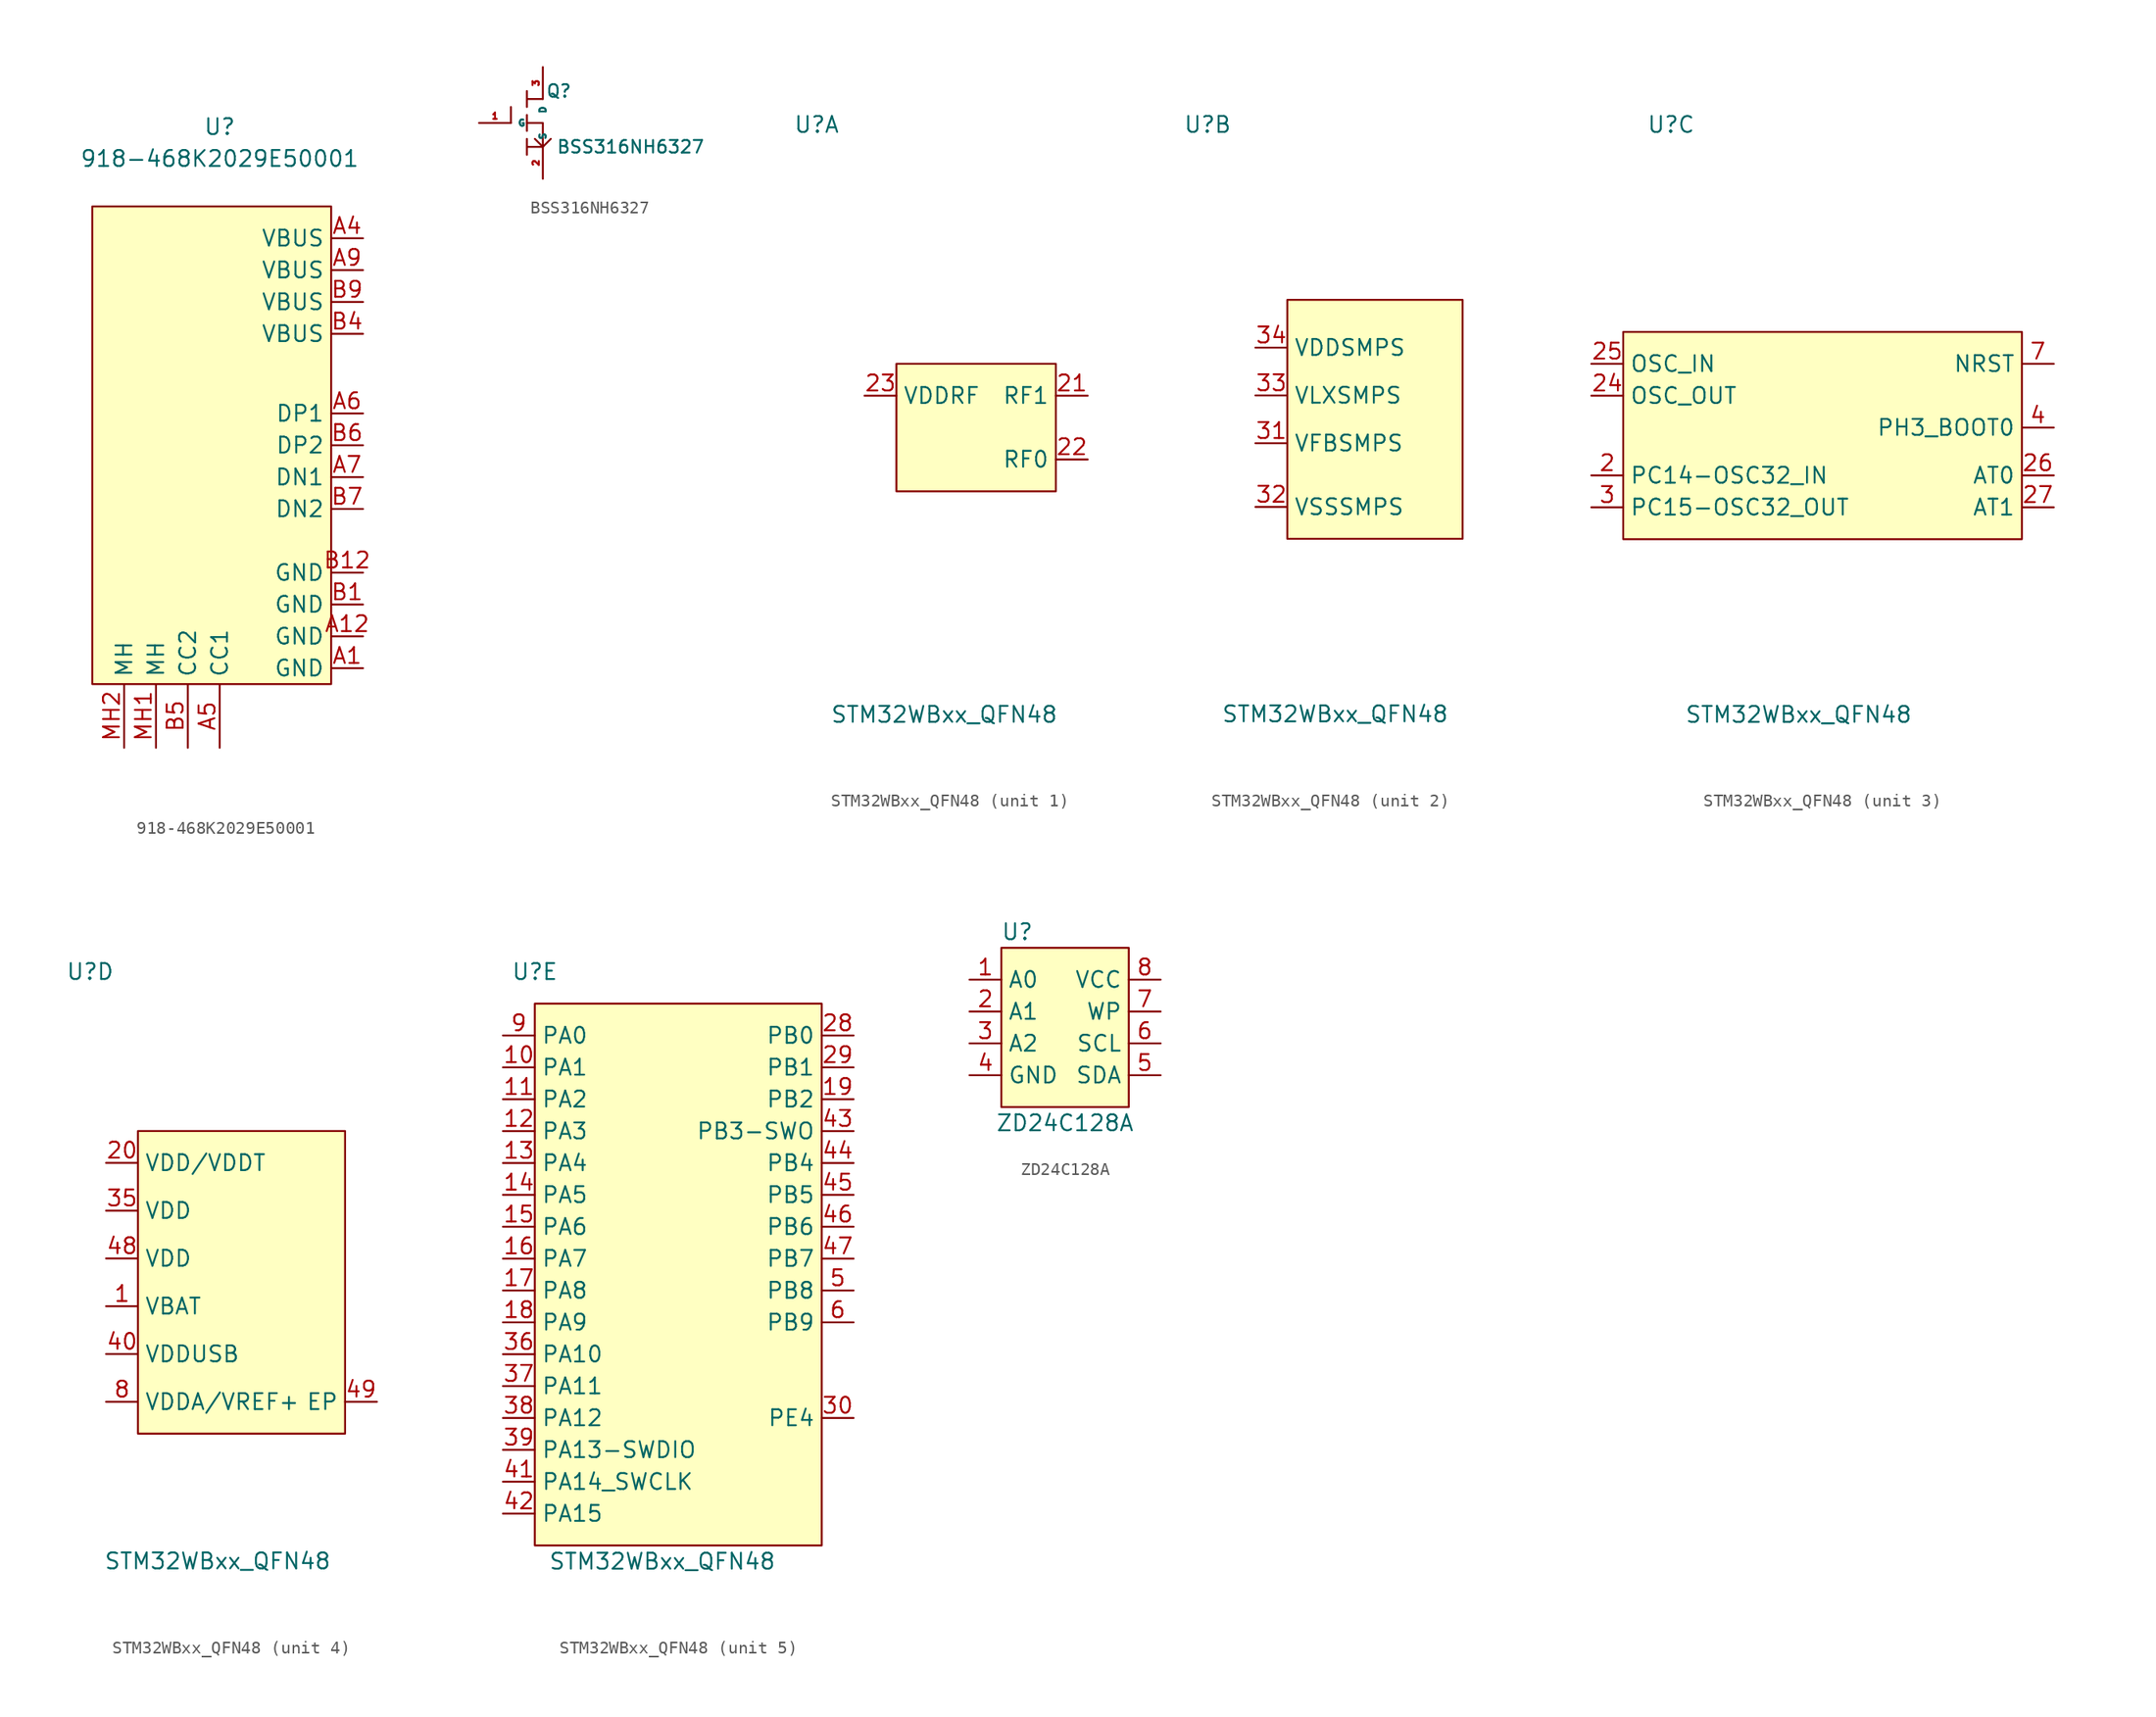
<source format=kicad_sym>
(kicad_symbol_lib
  (version 20211014)
  (generator kicad_symbol_editor)
  (symbol "918-468K2029E50001"
    (property "Reference" "U"
      (at 0 26.67 0)
      (effects (font (size 1.27 1.27))))
    (property "Value" "918-468K2029E50001"
      (at 0 24.13 0)
      (effects (font (size 1.27 1.27))))
    (symbol "918-468K2029E50001_0_1"
      (rectangle (start -10.16 20.32) (end 8.89 -17.78) (stroke (width 0) (type default) (color 0 0 0 0)) (fill (type background))))
    (symbol "918-468K2029E50001_1_1"
      (pin power_out line (at 11.43 -16.51 180) (length 2.54) (name "GND" (effects (font (size 1.27 1.27)))) (number "A1" (effects (font (size 1.27 1.27)))))
      (pin power_out line (at 11.43 -13.97 180) (length 2.54) (name "GND" (effects (font (size 1.27 1.27)))) (number "A12" (effects (font (size 1.27 1.27)))))
      (pin power_out line (at 11.43 17.78 180) (length 2.54) (name "VBUS" (effects (font (size 1.27 1.27)))) (number "A4" (effects (font (size 1.27 1.27)))))
      (pin bidirectional line (at 0 -22.86 90) (length 5.08) (name "CC1" (effects (font (size 1.27 1.27)))) (number "A5" (effects (font (size 1.27 1.27)))))
      (pin bidirectional line (at 11.43 3.81 180) (length 2.54) (name "DP1" (effects (font (size 1.27 1.27)))) (number "A6" (effects (font (size 1.27 1.27)))))
      (pin bidirectional line (at 11.43 -1.27 180) (length 2.54) (name "DN1" (effects (font (size 1.27 1.27)))) (number "A7" (effects (font (size 1.27 1.27)))))
      (pin power_out line (at 11.43 15.24 180) (length 2.54) (name "VBUS" (effects (font (size 1.27 1.27)))) (number "A9" (effects (font (size 1.27 1.27)))))
      (pin power_out line (at 11.43 -11.43 180) (length 2.54) (name "GND" (effects (font (size 1.27 1.27)))) (number "B1" (effects (font (size 1.27 1.27)))))
      (pin power_out line (at 11.43 -8.89 180) (length 2.54) (name "GND" (effects (font (size 1.27 1.27)))) (number "B12" (effects (font (size 1.27 1.27)))))
      (pin power_out line (at 11.43 10.16 180) (length 2.54) (name "VBUS" (effects (font (size 1.27 1.27)))) (number "B4" (effects (font (size 1.27 1.27)))))
      (pin bidirectional line (at -2.54 -22.86 90) (length 5.08) (name "CC2" (effects (font (size 1.27 1.27)))) (number "B5" (effects (font (size 1.27 1.27)))))
      (pin bidirectional line (at 11.43 1.27 180) (length 2.54) (name "DP2" (effects (font (size 1.27 1.27)))) (number "B6" (effects (font (size 1.27 1.27)))))
      (pin bidirectional line (at 11.43 -3.81 180) (length 2.54) (name "DN2" (effects (font (size 1.27 1.27)))) (number "B7" (effects (font (size 1.27 1.27)))))
      (pin power_out line (at 11.43 12.7 180) (length 2.54) (name "VBUS" (effects (font (size 1.27 1.27)))) (number "B9" (effects (font (size 1.27 1.27)))))
      (pin passive line (at -5.08 -22.86 90) (length 5.08) (name "MH" (effects (font (size 1.27 1.27)))) (number "MH1" (effects (font (size 1.27 1.27)))))
      (pin passive line (at -7.62 -22.86 90) (length 5.08) (name "MH" (effects (font (size 1.27 1.27)))) (number "MH2" (effects (font (size 1.27 1.27)))))))
  (symbol "BSS316NH6327"
    (property "Reference" "Q"
      (at 1.27 2.54 0)
      (effects (font (size 1 1))))
    (property "Value" "BSS316NH6327"
      (at 6.985 -1.905 0)
      (effects (font (size 1 1))))
    (symbol "BSS316NH6327_0_0"
      (pin input line (at -5.08 0 0) (length 2.54) (name "G" (effects (font (size 0.5 0.5)))) (number "1" (effects (font (size 0.5 0.5)))))
      (pin power_in line (at 0 -4.445 90) (length 2.54) (name "S" (effects (font (size 0.5 0.5)))) (number "2" (effects (font (size 0.5 0.5)))))
      (pin tri_state line (at 0 4.445 270) (length 2.54) (name "D" (effects (font (size 0.5 0.5)))) (number "3" (effects (font (size 0.5 0.5))))))
    (symbol "BSS316NH6327_0_1"
      (polyline (pts (xy -2.54 0) (xy -2.54 1.27)) (stroke (width 0) (type default) (color 0 0 0 0)) (fill (type none)))
      (polyline (pts (xy -1.27 0.635) (xy -1.27 -0.635)) (stroke (width 0) (type default) (color 0 0 0 0)) (fill (type none)))
      (polyline (pts (xy 0 -1.905) (xy -0.635 -1.27)) (stroke (width 0) (type default) (color 0 0 0 0)) (fill (type none)))
      (polyline (pts (xy 0 -1.905) (xy 0.635 -1.27)) (stroke (width 0) (type default) (color 0 0 0 0)) (fill (type none)))
      (polyline (pts (xy 0 -1.905) (xy 0 0) (xy -1.27 0)) (stroke (width 0) (type default) (color 0 0 0 0)) (fill (type none)))
      (polyline (pts (xy 0 -1.905) (xy -1.27 -1.905) (xy -1.27 -1.27) (xy -1.27 -2.54)) (stroke (width 0) (type default) (color 0 0 0 0)) (fill (type none)))
      (polyline (pts (xy 0 1.905) (xy -1.27 1.905) (xy -1.27 2.54) (xy -1.27 1.27)) (stroke (width 0) (type default) (color 0 0 0 0)) (fill (type none)))))
  (symbol "STM32WBxx_QFN48"
    (property "Reference" "U"
      (at -12.7 24.13 0)
      (effects (font (size 1.27 1.27))))
    (property "Value" "STM32WBxx_QFN48"
      (at -2.54 -22.86 0)
      (effects (font (size 1.27 1.27))))
    (symbol "STM32WBxx_QFN48_1_1"
      (rectangle (start -6.35 5.08) (end 6.35 -5.08) (stroke (width 0) (type default) (color 0 0 0 0)) (fill (type background)))
      (pin output line (at 8.89 2.54 180) (length 2.54) (name "RF1" (effects (font (size 1.27 1.27)))) (number "21" (effects (font (size 1.27 1.27)))))
      (pin power_in line (at 8.89 -2.54 180) (length 2.54) (name "RF0" (effects (font (size 1.27 1.27)))) (number "22" (effects (font (size 1.27 1.27)))))
      (pin power_in line (at -8.89 2.54 0) (length 2.54) (name "VDDRF" (effects (font (size 1.27 1.27)))) (number "23" (effects (font (size 1.27 1.27))))))
    (symbol "STM32WBxx_QFN48_2_1"
      (rectangle (start -6.35 10.16) (end 7.62 -8.89) (stroke (width 0) (type default) (color 0 0 0 0)) (fill (type background)))
      (pin power_in line (at -8.89 -1.27 0) (length 2.54) (name "VFBSMPS" (effects (font (size 1.27 1.27)))) (number "31" (effects (font (size 1.27 1.27)))))
      (pin power_in line (at -8.89 -6.35 0) (length 2.54) (name "VSSSMPS" (effects (font (size 1.27 1.27)))) (number "32" (effects (font (size 1.27 1.27)))))
      (pin power_in line (at -8.89 2.54 0) (length 2.54) (name "VLXSMPS" (effects (font (size 1.27 1.27)))) (number "33" (effects (font (size 1.27 1.27)))))
      (pin power_in line (at -8.89 6.35 0) (length 2.54) (name "VDDSMPS" (effects (font (size 1.27 1.27)))) (number "34" (effects (font (size 1.27 1.27))))))
    (symbol "STM32WBxx_QFN48_3_1"
      (rectangle (start -16.51 7.62) (end 15.24 -8.89) (stroke (width 0) (type default) (color 0 0 0 0)) (fill (type background)))
      (pin input line (at -19.05 -3.81 0) (length 2.54) (name "PC14-OSC32_IN" (effects (font (size 1.27 1.27)))) (number "2" (effects (font (size 1.27 1.27)))))
      (pin output line (at -19.05 2.54 0) (length 2.54) (name "OSC_OUT" (effects (font (size 1.27 1.27)))) (number "24" (effects (font (size 1.27 1.27)))))
      (pin input line (at -19.05 5.08 0) (length 2.54) (name "OSC_IN" (effects (font (size 1.27 1.27)))) (number "25" (effects (font (size 1.27 1.27)))))
      (pin bidirectional line (at 17.78 -3.81 180) (length 2.54) (name "AT0" (effects (font (size 1.27 1.27)))) (number "26" (effects (font (size 1.27 1.27)))))
      (pin bidirectional line (at 17.78 -6.35 180) (length 2.54) (name "AT1" (effects (font (size 1.27 1.27)))) (number "27" (effects (font (size 1.27 1.27)))))
      (pin output line (at -19.05 -6.35 0) (length 2.54) (name "PC15-OSC32_OUT" (effects (font (size 1.27 1.27)))) (number "3" (effects (font (size 1.27 1.27)))))
      (pin input line (at 17.78 0 180) (length 2.54) (name "PH3_BOOT0" (effects (font (size 1.27 1.27)))) (number "4" (effects (font (size 1.27 1.27)))))
      (pin input line (at 17.78 5.08 180) (length 2.54) (name "NRST" (effects (font (size 1.27 1.27)))) (number "7" (effects (font (size 1.27 1.27))))))
    (symbol "STM32WBxx_QFN48_4_1"
      (rectangle (start -8.89 11.43) (end 7.62 -12.7) (stroke (width 0) (type default) (color 0 0 0 0)) (fill (type background)))
      (pin power_in line (at -11.43 -2.54 0) (length 2.54) (name "VBAT" (effects (font (size 1.27 1.27)))) (number "1" (effects (font (size 1.27 1.27)))))
      (pin power_in line (at -11.43 8.89 0) (length 2.54) (name "VDD/VDDT" (effects (font (size 1.27 1.27)))) (number "20" (effects (font (size 1.27 1.27)))))
      (pin power_in line (at -11.43 5.08 0) (length 2.54) (name "VDD" (effects (font (size 1.27 1.27)))) (number "35" (effects (font (size 1.27 1.27)))))
      (pin power_in line (at -11.43 -6.35 0) (length 2.54) (name "VDDUSB" (effects (font (size 1.27 1.27)))) (number "40" (effects (font (size 1.27 1.27)))))
      (pin power_in line (at -11.43 1.27 0) (length 2.54) (name "VDD" (effects (font (size 1.27 1.27)))) (number "48" (effects (font (size 1.27 1.27)))))
      (pin power_in line (at 10.16 -10.16 180) (length 2.54) (name "EP" (effects (font (size 1.27 1.27)))) (number "49" (effects (font (size 1.27 1.27)))))
      (pin power_in line (at -11.43 -10.16 0) (length 2.54) (name "VDDA/VREF+" (effects (font (size 1.27 1.27)))) (number "8" (effects (font (size 1.27 1.27))))))
    (symbol "STM32WBxx_QFN48_5_1"
      (rectangle (start -12.7 21.59) (end 10.16 -21.59) (stroke (width 0) (type default) (color 0 0 0 0)) (fill (type background)))
      (pin bidirectional line (at -15.24 16.51 0) (length 2.54) (name "PA1" (effects (font (size 1.27 1.27)))) (number "10" (effects (font (size 1.27 1.27)))))
      (pin bidirectional line (at -15.24 13.97 0) (length 2.54) (name "PA2" (effects (font (size 1.27 1.27)))) (number "11" (effects (font (size 1.27 1.27)))))
      (pin bidirectional line (at -15.24 11.43 0) (length 2.54) (name "PA3" (effects (font (size 1.27 1.27)))) (number "12" (effects (font (size 1.27 1.27)))))
      (pin bidirectional line (at -15.24 8.89 0) (length 2.54) (name "PA4" (effects (font (size 1.27 1.27)))) (number "13" (effects (font (size 1.27 1.27)))))
      (pin bidirectional line (at -15.24 6.35 0) (length 2.54) (name "PA5" (effects (font (size 1.27 1.27)))) (number "14" (effects (font (size 1.27 1.27)))))
      (pin bidirectional line (at -15.24 3.81 0) (length 2.54) (name "PA6" (effects (font (size 1.27 1.27)))) (number "15" (effects (font (size 1.27 1.27)))))
      (pin bidirectional line (at -15.24 1.27 0) (length 2.54) (name "PA7" (effects (font (size 1.27 1.27)))) (number "16" (effects (font (size 1.27 1.27)))))
      (pin bidirectional line (at -15.24 -1.27 0) (length 2.54) (name "PA8" (effects (font (size 1.27 1.27)))) (number "17" (effects (font (size 1.27 1.27)))))
      (pin bidirectional line (at -15.24 -3.81 0) (length 2.54) (name "PA9" (effects (font (size 1.27 1.27)))) (number "18" (effects (font (size 1.27 1.27)))))
      (pin bidirectional line (at 12.7 13.97 180) (length 2.54) (name "PB2" (effects (font (size 1.27 1.27)))) (number "19" (effects (font (size 1.27 1.27)))))
      (pin bidirectional line (at 12.7 19.05 180) (length 2.54) (name "PB0" (effects (font (size 1.27 1.27)))) (number "28" (effects (font (size 1.27 1.27)))))
      (pin bidirectional line (at 12.7 16.51 180) (length 2.54) (name "PB1" (effects (font (size 1.27 1.27)))) (number "29" (effects (font (size 1.27 1.27)))))
      (pin bidirectional line (at 12.7 -11.43 180) (length 2.54) (name "PE4" (effects (font (size 1.27 1.27)))) (number "30" (effects (font (size 1.27 1.27)))))
      (pin bidirectional line (at -15.24 -6.35 0) (length 2.54) (name "PA10" (effects (font (size 1.27 1.27)))) (number "36" (effects (font (size 1.27 1.27)))))
      (pin bidirectional line (at -15.24 -8.89 0) (length 2.54) (name "PA11" (effects (font (size 1.27 1.27)))) (number "37" (effects (font (size 1.27 1.27)))))
      (pin bidirectional line (at -15.24 -11.43 0) (length 2.54) (name "PA12" (effects (font (size 1.27 1.27)))) (number "38" (effects (font (size 1.27 1.27)))))
      (pin bidirectional line (at -15.24 -13.97 0) (length 2.54) (name "PA13-SWDIO" (effects (font (size 1.27 1.27)))) (number "39" (effects (font (size 1.27 1.27)))))
      (pin bidirectional line (at -15.24 -16.51 0) (length 2.54) (name "PA14_SWCLK" (effects (font (size 1.27 1.27)))) (number "41" (effects (font (size 1.27 1.27)))))
      (pin bidirectional line (at -15.24 -19.05 0) (length 2.54) (name "PA15" (effects (font (size 1.27 1.27)))) (number "42" (effects (font (size 1.27 1.27)))))
      (pin bidirectional line (at 12.7 11.43 180) (length 2.54) (name "PB3-SWO" (effects (font (size 1.27 1.27)))) (number "43" (effects (font (size 1.27 1.27)))))
      (pin bidirectional line (at 12.7 8.89 180) (length 2.54) (name "PB4" (effects (font (size 1.27 1.27)))) (number "44" (effects (font (size 1.27 1.27)))))
      (pin bidirectional line (at 12.7 6.35 180) (length 2.54) (name "PB5" (effects (font (size 1.27 1.27)))) (number "45" (effects (font (size 1.27 1.27)))))
      (pin bidirectional line (at 12.7 3.81 180) (length 2.54) (name "PB6" (effects (font (size 1.27 1.27)))) (number "46" (effects (font (size 1.27 1.27)))))
      (pin bidirectional line (at 12.7 1.27 180) (length 2.54) (name "PB7" (effects (font (size 1.27 1.27)))) (number "47" (effects (font (size 1.27 1.27)))))
      (pin bidirectional line (at 12.7 -1.27 180) (length 2.54) (name "PB8" (effects (font (size 1.27 1.27)))) (number "5" (effects (font (size 1.27 1.27)))))
      (pin bidirectional line (at 12.7 -3.81 180) (length 2.54) (name "PB9" (effects (font (size 1.27 1.27)))) (number "6" (effects (font (size 1.27 1.27)))))
      (pin bidirectional line (at -15.24 19.05 0) (length 2.54) (name "PA0" (effects (font (size 1.27 1.27)))) (number "9" (effects (font (size 1.27 1.27)))))))
  (symbol "ZD24C128A"
    (property "Reference" "U"
      (at -3.81 6.35 0)
      (effects (font (size 1.27 1.27))))
    (property "Value" "ZD24C128A"
      (at 0 -8.89 0)
      (effects (font (size 1.27 1.27))))
    (symbol "ZD24C128A_0_1"
      (rectangle (start -5.08 5.08) (end 5.08 -7.62) (stroke (width 0) (type default) (color 0 0 0 0)) (fill (type background))))
    (symbol "ZD24C128A_1_1"
      (pin input line (at -7.62 2.54 0) (length 2.54) (name "A0" (effects (font (size 1.27 1.27)))) (number "1" (effects (font (size 1.27 1.27)))))
      (pin input line (at -7.62 0 0) (length 2.54) (name "A1" (effects (font (size 1.27 1.27)))) (number "2" (effects (font (size 1.27 1.27)))))
      (pin input line (at -7.62 -2.54 0) (length 2.54) (name "A2" (effects (font (size 1.27 1.27)))) (number "3" (effects (font (size 1.27 1.27)))))
      (pin power_in line (at -7.62 -5.08 0) (length 2.54) (name "GND" (effects (font (size 1.27 1.27)))) (number "4" (effects (font (size 1.27 1.27)))))
      (pin input line (at 7.62 -5.08 180) (length 2.54) (name "SDA" (effects (font (size 1.27 1.27)))) (number "5" (effects (font (size 1.27 1.27)))))
      (pin input line (at 7.62 -2.54 180) (length 2.54) (name "SCL" (effects (font (size 1.27 1.27)))) (number "6" (effects (font (size 1.27 1.27)))))
      (pin input line (at 7.62 0 180) (length 2.54) (name "WP" (effects (font (size 1.27 1.27)))) (number "7" (effects (font (size 1.27 1.27)))))
      (pin power_in line (at 7.62 2.54 180) (length 2.54) (name "VCC" (effects (font (size 1.27 1.27)))) (number "8" (effects (font (size 1.27 1.27))))))))
</source>
